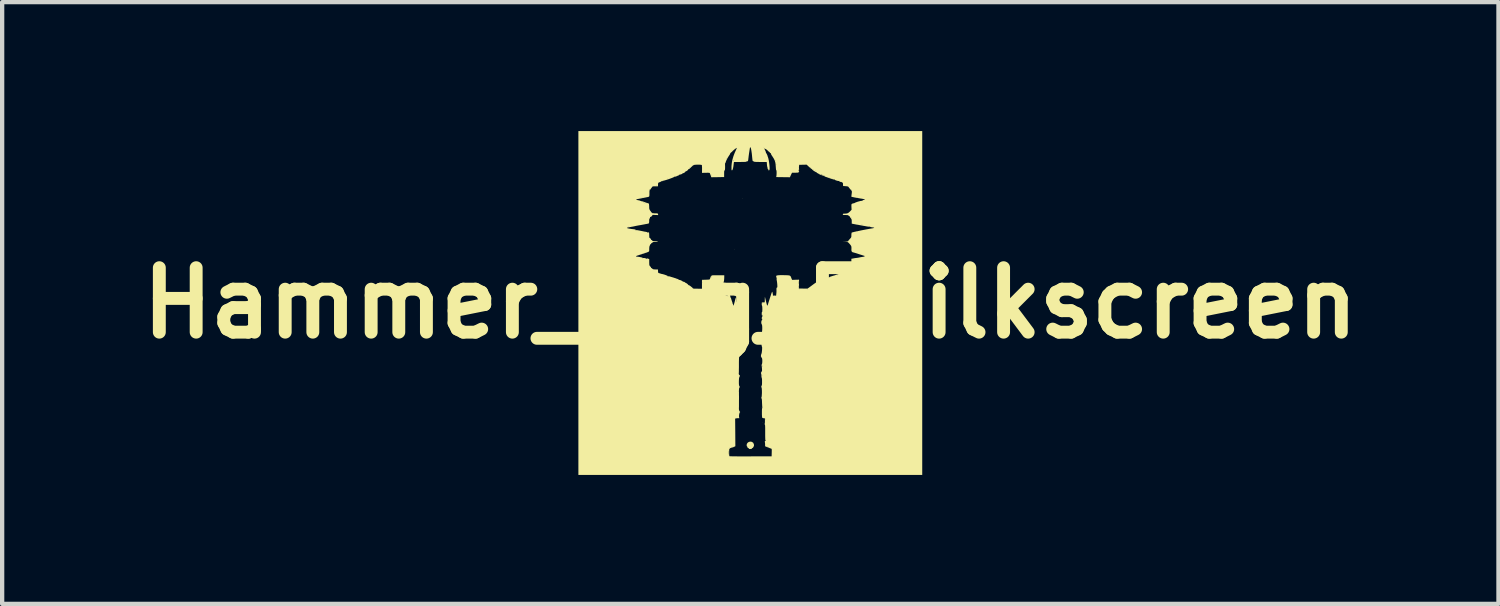
<source format=kicad_pcb>
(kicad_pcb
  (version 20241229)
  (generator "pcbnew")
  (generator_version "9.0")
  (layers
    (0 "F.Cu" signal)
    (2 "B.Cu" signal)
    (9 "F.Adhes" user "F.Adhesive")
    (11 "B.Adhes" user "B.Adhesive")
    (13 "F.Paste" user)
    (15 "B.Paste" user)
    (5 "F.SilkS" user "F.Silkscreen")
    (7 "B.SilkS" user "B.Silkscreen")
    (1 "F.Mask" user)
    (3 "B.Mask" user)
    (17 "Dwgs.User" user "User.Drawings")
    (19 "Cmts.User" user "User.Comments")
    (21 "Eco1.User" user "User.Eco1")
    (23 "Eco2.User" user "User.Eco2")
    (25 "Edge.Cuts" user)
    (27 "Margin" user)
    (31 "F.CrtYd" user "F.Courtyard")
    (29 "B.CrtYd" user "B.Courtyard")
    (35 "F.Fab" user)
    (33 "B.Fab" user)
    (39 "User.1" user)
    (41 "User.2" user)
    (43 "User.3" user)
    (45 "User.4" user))
  (footprint "Hammer_neg_FSilkscreen"
    (layer "F.Cu")
    (at 14.407 4)
    (property "Reference" "Hammer_neg_FSilkscreen" (at 0 0 0) (layer "F.SilkS") (effects (font (size 1.5 1.5) (thickness 0.3))))
    (attr board_only exclude_from_pos_files exclude_from_bom)
    (fp_poly (pts (xy -1.649 -0.543) (xy -1.652 -0.539) (xy -1.656 -0.543) (xy -1.652 -0.547)) (stroke (width 0) (type solid)) (fill yes) (layer "F.SilkS"))
    (fp_poly (pts (xy -0.367 -1.254) (xy -0.371 -1.25) (xy -0.375 -1.254) (xy -0.371 -1.258)) (stroke (width 0) (type solid)) (fill yes) (layer "F.SilkS"))
    (fp_poly (pts (xy -0.18 -2.426) (xy -0.184 -2.422) (xy -0.188 -2.426) (xy -0.184 -2.43)) (stroke (width 0) (type solid)) (fill yes) (layer "F.SilkS"))
    (fp_poly (pts (xy 0.273 2.426) (xy 0.27 2.43) (xy 0.266 2.426) (xy 0.27 2.422)) (stroke (width 0) (type solid)) (fill yes) (layer "F.SilkS"))
    (fp_poly (pts (xy 0.297 2.778) (xy 0.293 2.781) (xy 0.289 2.778) (xy 0.293 2.774)) (stroke (width 0) (type solid)) (fill yes) (layer "F.SilkS"))
    (fp_poly (pts (xy -0.331 -0.161) (xy -0.33 -0.152) (xy -0.331 -0.151) (xy -0.335 -0.152) (xy -0.336 -0.156) (xy -0.333 -0.163)) (stroke (width 0) (type solid)) (fill yes) (layer "F.SilkS"))
    (fp_poly (pts (xy 0.025 3.227) (xy 0.054 3.24) (xy 0.07 3.255) (xy 0.081 3.279) (xy 0.086 3.306) (xy 0.083 3.332) (xy 0.074 3.347) (xy 0.065 3.36) (xy 0.063 3.368) (xy 0.057 3.373) (xy 0.05 3.372) (xy 0.041 3.372) (xy 0.042 3.378) (xy 0.039 3.388) (xy 0.022 3.394) (xy -0.008 3.398) (xy -0.026 3.396) (xy -0.031 3.388) (xy -0.031 3.388) (xy -0.037 3.379) (xy -0.044 3.378) (xy -0.055 3.372) (xy -0.068 3.356) (xy -0.079 3.335) (xy -0.08 3.331) (xy -0.068 3.331) (xy -0.067 3.336) (xy -0.063 3.336) (xy -0.056 3.333) (xy -0.057 3.332) (xy 0.063 3.332) (xy 0.066 3.336) (xy 0.07 3.332) (xy 0.066 3.328) (xy 0.063 3.332) (xy -0.057 3.332) (xy -0.057 3.331) (xy -0.067 3.33) (xy -0.068 3.331) (xy -0.08 3.331) (xy -0.085 3.313) (xy -0.086 3.307) (xy -0.08 3.278) (xy 0.063 3.278) (xy 0.066 3.281) (xy 0.07 3.278) (xy 0.066 3.274) (xy 0.063 3.278) (xy -0.08 3.278) (xy -0.079 3.275) (xy -0.064 3.254) (xy 0.039 3.254) (xy 0.043 3.258) (xy 0.047 3.254) (xy 0.043 3.25) (xy 0.039 3.254) (xy -0.064 3.254) (xy -0.061 3.25) (xy -0.036 3.233) (xy -0.006 3.225)) (stroke (width 0) (type solid)) (fill yes) (layer "F.SilkS"))
    (fp_poly (pts (xy 4 0) (xy 4 4) (xy 0 4) (xy -4 4) (xy -4 3.481) (xy -0.505 3.481) (xy -0.505 3.509) (xy -0.504 3.526) (xy -0.503 3.53) (xy -0.502 3.522) (xy -0.501 3.491) (xy -0.501 3.456) (xy -0.502 3.444) (xy -0.503 3.434) (xy -0.504 3.438) (xy -0.505 3.456) (xy -0.505 3.481) (xy -4 3.481) (xy -4 3.34) (xy -0.406 3.34) (xy -0.402 3.344) (xy -0.398 3.34) (xy -0.402 3.336) (xy -0.406 3.34) (xy -4 3.34) (xy -4 2.067) (xy -0.281 2.067) (xy -0.277 2.07) (xy -0.273 2.067) (xy -0.277 2.063) (xy -0.281 2.067) (xy -4 2.067) (xy -4 0.793) (xy -0.281 0.793) (xy -0.277 0.797) (xy -0.273 0.793) (xy -0.277 0.789) (xy -0.281 0.793) (xy -4 0.793) (xy -4 0.582) (xy -0.281 0.582) (xy -0.277 0.586) (xy -0.273 0.582) (xy -0.277 0.578) (xy -0.281 0.582) (xy -4 0.582) (xy -4 0.309) (xy -0.266 0.309) (xy -0.262 0.313) (xy -0.258 0.309) (xy -0.262 0.305) (xy -0.266 0.309) (xy -4 0.309) (xy -4 0.018) (xy -0.427 0.018) (xy -0.426 0.023) (xy -0.422 0.023) (xy -0.415 0.021) (xy -0.417 0.018) (xy -0.426 0.017) (xy -0.427 0.018) (xy -4 0.018) (xy -4 0) (xy -4 -0.16) (xy -0.523 -0.16) (xy -0.52 -0.156) (xy -0.516 -0.16) (xy -0.52 -0.164) (xy -0.523 -0.16) (xy -4 -0.16) (xy -4 -0.168) (xy -0.602 -0.168) (xy -0.598 -0.164) (xy -0.594 -0.168) (xy -0.598 -0.172) (xy -0.602 -0.168) (xy -4 -0.168) (xy -4 -0.332) (xy -1.344 -0.332) (xy -1.34 -0.328) (xy -1.336 -0.332) (xy -1.34 -0.336) (xy -1.344 -0.332) (xy -4 -0.332) (xy -4 -0.559) (xy -1.727 -0.559) (xy -1.723 -0.555) (xy -1.719 -0.559) (xy -1.723 -0.563) (xy -1.727 -0.559) (xy -4 -0.559) (xy -4 -0.631) (xy -1.936 -0.631) (xy -1.934 -0.626) (xy -1.927 -0.618) (xy -1.922 -0.62) (xy -1.922 -0.621) (xy -1.928 -0.627) (xy -1.931 -0.63) (xy -1.936 -0.631) (xy -4 -0.631) (xy -4 -0.84) (xy -2.336 -0.84) (xy -2.332 -0.836) (xy -2.328 -0.84) (xy -2.332 -0.844) (xy -2.336 -0.84) (xy -4 -0.84) (xy -4 -1.137) (xy -2.57 -1.137) (xy -2.567 -1.133) (xy -2.563 -1.137) (xy -2.567 -1.141) (xy -2.57 -1.137) (xy -4 -1.137) (xy -4 -1.152) (xy -2.516 -1.152) (xy -2.512 -1.149) (xy -2.508 -1.152) (xy -2.512 -1.156) (xy -2.516 -1.152) (xy -4 -1.152) (xy -4 -1.184) (xy -2.453 -1.184) (xy -2.449 -1.18) (xy -2.445 -1.184) (xy -2.449 -1.188) (xy -2.453 -1.184) (xy -4 -1.184) (xy -4 -1.749) (xy -2.87 -1.749) (xy -2.868 -1.744) (xy -2.851 -1.738) (xy -2.819 -1.731) (xy -2.793 -1.727) (xy -2.762 -1.722) (xy -2.732 -1.719) (xy -2.716 -1.717) (xy -2.696 -1.715) (xy -2.684 -1.71) (xy -2.683 -1.709) (xy -2.674 -1.707) (xy -2.67 -1.708) (xy -2.665 -1.708) (xy -2.667 -1.7) (xy -2.669 -1.69) (xy -2.663 -1.693) (xy -2.662 -1.693) (xy -2.65 -1.696) (xy -2.625 -1.694) (xy -2.586 -1.687) (xy -2.567 -1.683) (xy -2.532 -1.676) (xy -2.503 -1.67) (xy -2.484 -1.666) (xy -2.477 -1.664) (xy -2.466 -1.661) (xy -2.461 -1.661) (xy -2.434 -1.657) (xy -2.41 -1.652) (xy -2.393 -1.646) (xy -2.387 -1.64) (xy -2.387 -1.64) (xy -2.386 -1.633) (xy -2.384 -1.633) (xy -2.375 -1.639) (xy -2.373 -1.642) (xy -2.366 -1.647) (xy -2.361 -1.646) (xy -2.356 -1.634) (xy -2.353 -1.609) (xy -2.352 -1.578) (xy -2.351 -1.549) (xy -2.349 -1.527) (xy -2.345 -1.516) (xy -2.344 -1.516) (xy -2.333 -1.51) (xy -2.321 -1.498) (xy -2.311 -1.485) (xy -2.309 -1.475) (xy -2.307 -1.47) (xy -2.303 -1.469) (xy -2.291 -1.463) (xy -2.281 -1.453) (xy -2.273 -1.445) (xy -2.261 -1.44) (xy -2.241 -1.438) (xy -2.209 -1.438) (xy -2.179 -1.437) (xy -2.158 -1.434) (xy -2.149 -1.43) (xy -2.149 -1.43) (xy -2.156 -1.426) (xy -2.175 -1.423) (xy -2.204 -1.422) (xy -2.206 -1.422) (xy -2.238 -1.421) (xy -2.258 -1.418) (xy -2.271 -1.412) (xy -2.277 -1.406) (xy -2.292 -1.395) (xy -2.302 -1.391) (xy -2.309 -1.385) (xy -2.308 -1.379) (xy -2.309 -1.37) (xy -2.32 -1.367) (xy -2.331 -1.364) (xy -2.332 -1.359) (xy -2.333 -1.348) (xy -2.34 -1.334) (xy -2.347 -1.316) (xy -2.351 -1.286) (xy -2.352 -1.256) (xy -2.352 -1.224) (xy -2.355 -1.205) (xy -2.359 -1.197) (xy -2.363 -1.195) (xy -2.374 -1.192) (xy -2.376 -1.189) (xy -2.385 -1.185) (xy -2.406 -1.176) (xy -2.438 -1.165) (xy -2.48 -1.151) (xy -2.529 -1.135) (xy -2.585 -1.117) (xy -2.639 -1.1) (xy -2.656 -1.092) (xy -2.659 -1.085) (xy -2.647 -1.079) (xy -2.632 -1.078) (xy -2.609 -1.076) (xy -2.581 -1.072) (xy -2.576 -1.071) (xy -2.549 -1.065) (xy -2.525 -1.06) (xy -2.521 -1.059) (xy -2.506 -1.053) (xy -2.505 -1.045) (xy -2.507 -1.039) (xy -2.501 -1.044) (xy -2.487 -1.048) (xy -2.466 -1.047) (xy -2.443 -1.042) (xy -2.424 -1.035) (xy -2.419 -1.031) (xy -2.406 -1.024) (xy -2.403 -1.024) (xy -2.401 -1.027) (xy -2.406 -1.031) (xy -2.413 -1.037) (xy -2.406 -1.039) (xy -2.39 -1.035) (xy -2.376 -1.031) (xy -2.352 -1.022) (xy -2.352 -0.949) (xy -2.351 -0.914) (xy -2.35 -0.891) (xy -2.347 -0.876) (xy -2.34 -0.865) (xy -2.33 -0.854) (xy -2.328 -0.852) (xy -2.313 -0.835) (xy -2.308 -0.822) (xy -2.309 -0.82) (xy -2.311 -0.814) (xy -2.307 -0.815) (xy -2.297 -0.813) (xy -2.283 -0.802) (xy -2.281 -0.801) (xy -2.27 -0.79) (xy -2.257 -0.785) (xy -2.237 -0.782) (xy -2.206 -0.781) (xy -2.206 -0.781) (xy -2.149 -0.781) (xy -2.147 -0.74) (xy -2.145 -0.715) (xy -2.14 -0.702) (xy -2.131 -0.697) (xy -2.129 -0.696) (xy -2.109 -0.691) (xy -2.094 -0.686) (xy -2.073 -0.679) (xy -2.059 -0.676) (xy -2.035 -0.671) (xy -2.006 -0.663) (xy -1.976 -0.653) (xy -1.948 -0.642) (xy -1.927 -0.633) (xy -1.915 -0.626) (xy -1.914 -0.624) (xy -1.909 -0.62) (xy -1.906 -0.621) (xy -1.895 -0.622) (xy -1.874 -0.618) (xy -1.859 -0.613) (xy -1.835 -0.605) (xy -1.816 -0.6) (xy -1.81 -0.598) (xy -1.795 -0.594) (xy -1.789 -0.592) (xy -1.776 -0.587) (xy -1.753 -0.58) (xy -1.725 -0.571) (xy -1.698 -0.561) (xy -1.676 -0.551) (xy -1.664 -0.543) (xy -1.653 -0.535) (xy -1.647 -0.536) (xy -1.637 -0.535) (xy -1.618 -0.529) (xy -1.598 -0.519) (xy -1.58 -0.509) (xy -1.571 -0.5) (xy -1.57 -0.499) (xy -1.564 -0.494) (xy -1.556 -0.496) (xy -1.54 -0.494) (xy -1.525 -0.484) (xy -1.512 -0.473) (xy -1.504 -0.469) (xy -1.493 -0.464) (xy -1.476 -0.454) (xy -1.46 -0.441) (xy -1.447 -0.428) (xy -1.443 -0.42) (xy -1.443 -0.42) (xy -1.443 -0.415) (xy -1.438 -0.417) (xy -1.428 -0.415) (xy -1.409 -0.404) (xy -1.382 -0.385) (xy -1.375 -0.379) (xy -1.321 -0.334) (xy -1.223 -0.333) (xy -1.125 -0.332) (xy -1.125 -0.436) (xy -1.125 -0.48) (xy -1.109 -0.48) (xy -1.106 -0.477) (xy -1.102 -0.48) (xy -1.106 -0.484) (xy -1.109 -0.48) (xy -1.125 -0.48) (xy -1.125 -0.52) (xy -1.109 -0.52) (xy -1.106 -0.516) (xy -1.102 -0.52) (xy -1.106 -0.523) (xy -1.109 -0.52) (xy -1.125 -0.52) (xy -1.125 -0.539) (xy -1.065 -0.541) (xy -1.033 -0.542) (xy -1.004 -0.543) (xy -0.986 -0.544) (xy -0.984 -0.544) (xy -0.964 -0.545) (xy -0.953 -0.546) (xy -0.943 -0.554) (xy -0.933 -0.577) (xy -0.93 -0.586) (xy -0.927 -0.598) (xy -0.914 -0.598) (xy -0.91 -0.594) (xy -0.906 -0.598) (xy -0.91 -0.602) (xy -0.914 -0.598) (xy -0.927 -0.598) (xy -0.923 -0.61) (xy -0.915 -0.622) (xy -0.904 -0.626) (xy -0.904 -0.626) (xy -0.894 -0.628) (xy -0.897 -0.63) (xy -0.906 -0.636) (xy -0.904 -0.64) (xy -0.889 -0.643) (xy -0.86 -0.645) (xy -0.816 -0.646) (xy -0.758 -0.646) (xy -0.756 -0.646) (xy -0.606 -0.645) (xy -0.606 -0.609) (xy -0.607 -0.571) (xy -0.61 -0.538) (xy -0.613 -0.514) (xy -0.616 -0.504) (xy -0.619 -0.492) (xy -0.621 -0.471) (xy -0.623 -0.449) (xy -0.624 -0.42) (xy -0.627 -0.393) (xy -0.629 -0.381) (xy -0.629 -0.365) (xy -0.622 -0.36) (xy -0.617 -0.359) (xy -0.61 -0.358) (xy -0.606 -0.354) (xy -0.603 -0.342) (xy -0.602 -0.322) (xy -0.602 -0.29) (xy -0.602 -0.27) (xy -0.602 -0.18) (xy -0.575 -0.175) (xy -0.544 -0.173) (xy -0.525 -0.18) (xy -0.516 -0.197) (xy -0.516 -0.206) (xy -0.513 -0.227) (xy -0.509 -0.241) (xy -0.498 -0.248) (xy -0.489 -0.242) (xy -0.484 -0.228) (xy -0.482 -0.213) (xy -0.475 -0.19) (xy -0.472 -0.18) (xy -0.466 -0.158) (xy -0.464 -0.14) (xy -0.464 -0.135) (xy -0.464 -0.128) (xy -0.461 -0.129) (xy -0.454 -0.126) (xy -0.449 -0.112) (xy -0.443 -0.09) (xy -0.434 -0.061) (xy -0.423 -0.029) (xy -0.412 0.003) (xy -0.402 0.031) (xy -0.394 0.05) (xy -0.39 0.058) (xy -0.384 0.058) (xy -0.383 0.049) (xy -0.38 0.028) (xy -0.376 0.014) (xy -0.371 -0.002) (xy -0.364 -0.028) (xy -0.356 -0.059) (xy -0.355 -0.064) (xy -0.348 -0.093) (xy -0.341 -0.114) (xy -0.336 -0.124) (xy -0.335 -0.125) (xy -0.331 -0.118) (xy -0.329 -0.099) (xy -0.328 -0.076) (xy -0.328 -0.049) (xy -0.325 -0.033) (xy -0.318 -0.023) (xy -0.305 -0.014) (xy -0.305 -0.014) (xy -0.289 -0.007) (xy -0.282 -0.008) (xy -0.281 -0.009) (xy -0.276 -0.013) (xy -0.273 -0.011) (xy -0.269 -0.001) (xy -0.267 0.025) (xy -0.266 0.066) (xy -0.267 0.097) (xy -0.267 0.146) (xy -0.266 0.18) (xy -0.264 0.202) (xy -0.26 0.213) (xy -0.255 0.226) (xy -0.253 0.248) (xy -0.253 0.274) (xy -0.255 0.299) (xy -0.259 0.315) (xy -0.261 0.318) (xy -0.265 0.33) (xy -0.266 0.352) (xy -0.265 0.379) (xy -0.263 0.404) (xy -0.258 0.423) (xy -0.255 0.429) (xy -0.249 0.441) (xy -0.248 0.456) (xy -0.253 0.467) (xy -0.257 0.469) (xy -0.259 0.476) (xy -0.261 0.496) (xy -0.263 0.525) (xy -0.264 0.556) (xy -0.266 0.593) (xy -0.268 0.625) (xy -0.271 0.648) (xy -0.274 0.657) (xy -0.276 0.67) (xy -0.271 0.674) (xy -0.266 0.684) (xy -0.263 0.709) (xy -0.263 0.75) (xy -0.265 0.806) (xy -0.268 0.848) (xy -0.271 0.894) (xy -0.269 0.929) (xy -0.264 0.951) (xy -0.259 0.974) (xy -0.257 1.001) (xy -0.26 1.038) (xy -0.261 1.055) (xy -0.264 1.097) (xy -0.264 1.128) (xy -0.26 1.153) (xy -0.259 1.159) (xy -0.248 1.198) (xy -0.244 1.225) (xy -0.246 1.241) (xy -0.253 1.247) (xy -0.256 1.25) (xy -0.259 1.258) (xy -0.262 1.271) (xy -0.263 1.293) (xy -0.264 1.324) (xy -0.265 1.367) (xy -0.265 1.424) (xy -0.265 1.443) (xy -0.265 1.496) (xy -0.266 1.544) (xy -0.266 1.584) (xy -0.267 1.615) (xy -0.268 1.634) (xy -0.269 1.639) (xy -0.269 1.65) (xy -0.264 1.664) (xy -0.256 1.675) (xy -0.25 1.676) (xy -0.246 1.678) (xy -0.245 1.69) (xy -0.247 1.707) (xy -0.252 1.722) (xy -0.257 1.729) (xy -0.26 1.74) (xy -0.263 1.762) (xy -0.265 1.792) (xy -0.266 1.826) (xy -0.266 1.86) (xy -0.265 1.89) (xy -0.262 1.913) (xy -0.259 1.925) (xy -0.259 1.925) (xy -0.249 1.939) (xy -0.248 1.958) (xy -0.254 1.972) (xy -0.26 1.983) (xy -0.263 2.004) (xy -0.265 2.037) (xy -0.264 2.06) (xy -0.264 2.099) (xy -0.264 2.138) (xy -0.263 2.17) (xy -0.263 2.18) (xy -0.263 2.202) (xy -0.263 2.234) (xy -0.264 2.275) (xy -0.264 2.319) (xy -0.264 2.363) (xy -0.264 2.405) (xy -0.265 2.44) (xy -0.265 2.464) (xy -0.265 2.473) (xy -0.261 2.493) (xy -0.252 2.516) (xy -0.24 2.532) (xy -0.238 2.533) (xy -0.235 2.538) (xy -0.239 2.539) (xy -0.246 2.546) (xy -0.253 2.565) (xy -0.259 2.59) (xy -0.262 2.617) (xy -0.263 2.641) (xy -0.262 2.649) (xy -0.256 2.68) (xy -0.286 2.68) (xy -0.312 2.681) (xy -0.333 2.685) (xy -0.335 2.685) (xy -0.353 2.69) (xy -0.35 3.011) (xy -0.348 3.332) (xy -0.382 3.349) (xy -0.405 3.359) (xy -0.42 3.362) (xy -0.429 3.357) (xy -0.437 3.352) (xy -0.436 3.359) (xy -0.435 3.362) (xy -0.433 3.373) (xy -0.441 3.372) (xy -0.451 3.373) (xy -0.453 3.376) (xy -0.458 3.38) (xy -0.466 3.374) (xy -0.476 3.368) (xy -0.476 3.373) (xy -0.474 3.377) (xy -0.474 3.389) (xy -0.481 3.391) (xy -0.486 3.393) (xy -0.489 3.403) (xy -0.491 3.422) (xy -0.492 3.453) (xy -0.492 3.476) (xy -0.492 3.518) (xy -0.49 3.546) (xy -0.486 3.561) (xy -0.482 3.565) (xy -0.473 3.566) (xy -0.449 3.566) (xy -0.413 3.567) (xy -0.365 3.567) (xy -0.307 3.568) (xy -0.24 3.568) (xy -0.165 3.568) (xy -0.085 3.568) (xy 0.001 3.568) (xy 0.012 3.568) (xy 0.496 3.567) (xy 0.498 3.479) (xy 0.499 3.441) (xy 0.499 3.416) (xy 0.497 3.401) (xy 0.494 3.393) (xy 0.488 3.389) (xy 0.483 3.387) (xy 0.467 3.382) (xy 0.442 3.372) (xy 0.412 3.36) (xy 0.404 3.357) (xy 0.4 3.356) (xy 0.43 3.356) (xy 0.434 3.36) (xy 0.438 3.356) (xy 0.434 3.352) (xy 0.43 3.356) (xy 0.4 3.356) (xy 0.361 3.34) (xy 0.398 3.34) (xy 0.402 3.344) (xy 0.406 3.34) (xy 0.402 3.336) (xy 0.398 3.34) (xy 0.361 3.34) (xy 0.344 3.333) (xy 0.344 3.297) (xy 0.343 3.268) (xy 0.34 3.242) (xy 0.339 3.236) (xy 0.337 3.218) (xy 0.342 3.212) (xy 0.347 3.211) (xy 0.358 3.207) (xy 0.359 3.203) (xy 0.354 3.196) (xy 0.352 3.196) (xy 0.35 3.188) (xy 0.348 3.166) (xy 0.347 3.132) (xy 0.346 3.086) (xy 0.346 3.03) (xy 0.346 3.017) (xy 0.346 2.957) (xy 0.346 2.91) (xy 0.345 2.876) (xy 0.344 2.852) (xy 0.341 2.836) (xy 0.338 2.827) (xy 0.337 2.826) (xy 0.331 2.816) (xy 0.333 2.813) (xy 0.336 2.805) (xy 0.339 2.786) (xy 0.34 2.759) (xy 0.34 2.748) (xy 0.34 2.698) (xy 0.354 2.698) (xy 0.355 2.703) (xy 0.359 2.703) (xy 0.366 2.7) (xy 0.365 2.698) (xy 0.355 2.697) (xy 0.354 2.698) (xy 0.34 2.698) (xy 0.34 2.684) (xy 0.313 2.681) (xy 0.293 2.677) (xy 0.279 2.67) (xy 0.278 2.67) (xy 0.274 2.657) (xy 0.272 2.631) (xy 0.27 2.592) (xy 0.27 2.55) (xy 0.27 2.511) (xy 0.271 2.48) (xy 0.273 2.458) (xy 0.275 2.448) (xy 0.276 2.448) (xy 0.279 2.446) (xy 0.279 2.432) (xy 0.278 2.414) (xy 0.276 2.386) (xy 0.274 2.349) (xy 0.272 2.31) (xy 0.272 2.299) (xy 0.27 2.257) (xy 0.266 2.23) (xy 0.26 2.218) (xy 0.254 2.208) (xy 0.259 2.197) (xy 0.263 2.185) (xy 0.266 2.162) (xy 0.268 2.131) (xy 0.27 2.095) (xy 0.27 2.057) (xy 0.269 2.023) (xy 0.267 1.993) (xy 0.264 1.973) (xy 0.261 1.966) (xy 0.256 1.957) (xy 0.256 1.941) (xy 0.261 1.925) (xy 0.267 1.918) (xy 0.27 1.908) (xy 0.272 1.887) (xy 0.273 1.858) (xy 0.273 1.826) (xy 0.273 1.793) (xy 0.271 1.766) (xy 0.268 1.746) (xy 0.265 1.738) (xy 0.261 1.728) (xy 0.259 1.708) (xy 0.259 1.697) (xy 0.259 1.692) (xy 0.273 1.692) (xy 0.277 1.695) (xy 0.281 1.692) (xy 0.277 1.688) (xy 0.273 1.692) (xy 0.259 1.692) (xy 0.258 1.671) (xy 0.254 1.65) (xy 0.252 1.645) (xy 0.248 1.627) (xy 0.25 1.621) (xy 0.266 1.621) (xy 0.27 1.625) (xy 0.273 1.621) (xy 0.27 1.617) (xy 0.266 1.621) (xy 0.25 1.621) (xy 0.252 1.609) (xy 0.26 1.596) (xy 0.266 1.594) (xy 0.271 1.589) (xy 0.273 1.573) (xy 0.272 1.544) (xy 0.271 1.523) (xy 0.268 1.491) (xy 0.267 1.477) (xy 0.273 1.477) (xy 0.276 1.483) (xy 0.279 1.482) (xy 0.28 1.473) (xy 0.279 1.471) (xy 0.274 1.473) (xy 0.273 1.477) (xy 0.267 1.477) (xy 0.265 1.465) (xy 0.263 1.449) (xy 0.273 1.449) (xy 0.277 1.453) (xy 0.281 1.449) (xy 0.277 1.445) (xy 0.273 1.449) (xy 0.263 1.449) (xy 0.263 1.449) (xy 0.262 1.446) (xy 0.263 1.435) (xy 0.268 1.428) (xy 0.273 1.416) (xy 0.277 1.393) (xy 0.279 1.364) (xy 0.279 1.334) (xy 0.277 1.307) (xy 0.273 1.287) (xy 0.268 1.278) (xy 0.259 1.268) (xy 0.258 1.262) (xy 0.254 1.251) (xy 0.251 1.25) (xy 0.247 1.243) (xy 0.247 1.227) (xy 0.251 1.206) (xy 0.256 1.186) (xy 0.261 1.176) (xy 0.265 1.162) (xy 0.268 1.139) (xy 0.272 1.11) (xy 0.274 1.08) (xy 0.275 1.053) (xy 0.275 1.032) (xy 0.273 1.022) (xy 0.272 1.022) (xy 0.269 1.013) (xy 0.264 0.994) (xy 0.262 0.977) (xy 0.259 0.953) (xy 0.26 0.941) (xy 0.265 0.939) (xy 0.267 0.939) (xy 0.272 0.938) (xy 0.275 0.929) (xy 0.277 0.909) (xy 0.277 0.876) (xy 0.277 0.872) (xy 0.276 0.84) (xy 0.276 0.814) (xy 0.275 0.798) (xy 0.274 0.795) (xy 0.272 0.788) (xy 0.269 0.779) (xy 0.266 0.762) (xy 0.263 0.74) (xy 0.26 0.709) (xy 0.265 0.692) (xy 0.265 0.692) (xy 0.271 0.677) (xy 0.275 0.652) (xy 0.277 0.619) (xy 0.278 0.584) (xy 0.277 0.551) (xy 0.275 0.524) (xy 0.27 0.506) (xy 0.27 0.505) (xy 0.255 0.47) (xy 0.256 0.432) (xy 0.265 0.405) (xy 0.277 0.382) (xy 0.281 0.371) (xy 0.278 0.369) (xy 0.273 0.371) (xy 0.268 0.368) (xy 0.266 0.353) (xy 0.266 0.352) (xy 0.268 0.335) (xy 0.273 0.328) (xy 0.273 0.328) (xy 0.278 0.321) (xy 0.28 0.304) (xy 0.28 0.295) (xy 0.28 0.276) (xy 0.278 0.271) (xy 0.274 0.279) (xy 0.273 0.281) (xy 0.27 0.29) (xy 0.268 0.285) (xy 0.267 0.267) (xy 0.266 0.26) (xy 0.266 0.231) (xy 0.268 0.215) (xy 0.271 0.209) (xy 0.275 0.209) (xy 0.277 0.202) (xy 0.279 0.184) (xy 0.28 0.156) (xy 0.28 0.137) (xy 0.279 0.105) (xy 0.277 0.08) (xy 0.274 0.065) (xy 0.272 0.063) (xy 0.269 0.055) (xy 0.266 0.038) (xy 0.266 0.023) (xy 0.267 0.004) (xy 0.281 0.004) (xy 0.285 0.008) (xy 0.289 0.004) (xy 0.285 0) (xy 0.281 0.004) (xy 0.267 0.004) (xy 0.267 0.001) (xy 0.269 -0.012) (xy 0.272 -0.015) (xy 0.283 -0.014) (xy 0.302 -0.015) (xy 0.307 -0.015) (xy 0.336 -0.016) (xy 0.337 -0.088) (xy 0.338 -0.117) (xy 0.339 -0.136) (xy 0.34 -0.143) (xy 0.341 -0.141) (xy 0.346 -0.119) (xy 0.353 -0.089) (xy 0.361 -0.055) (xy 0.37 -0.02) (xy 0.378 0.012) (xy 0.385 0.037) (xy 0.39 0.052) (xy 0.39 0.054) (xy 0.395 0.06) (xy 0.4 0.057) (xy 0.406 0.045) (xy 0.414 0.019) (xy 0.416 0.012) (xy 0.439 -0.062) (xy 0.458 -0.122) (xy 0.473 -0.168) (xy 0.508 -0.168) (xy 0.512 -0.164) (xy 0.516 -0.168) (xy 0.512 -0.172) (xy 0.508 -0.168) (xy 0.473 -0.168) (xy 0.474 -0.169) (xy 0.485 -0.205) (xy 0.494 -0.231) (xy 0.501 -0.248) (xy 0.505 -0.258) (xy 0.508 -0.262) (xy 0.513 -0.257) (xy 0.517 -0.241) (xy 0.52 -0.229) (xy 0.523 -0.206) (xy 0.528 -0.186) (xy 0.533 -0.171) (xy 0.537 -0.164) (xy 0.539 -0.168) (xy 0.546 -0.173) (xy 0.564 -0.174) (xy 0.569 -0.173) (xy 0.6 -0.17) (xy 0.605 -0.217) (xy 0.608 -0.248) (xy 0.609 -0.276) (xy 0.609 -0.29) (xy 0.608 -0.324) (xy 1.141 -0.324) (xy 1.145 -0.32) (xy 1.149 -0.324) (xy 1.336 -0.324) (xy 1.34 -0.32) (xy 1.344 -0.324) (xy 1.34 -0.328) (xy 1.336 -0.324) (xy 1.149 -0.324) (xy 1.145 -0.328) (xy 1.141 -0.324) (xy 0.608 -0.324) (xy 0.608 -0.326) (xy 0.61 -0.347) (xy 0.615 -0.358) (xy 0.62 -0.359) (xy 0.626 -0.362) (xy 0.629 -0.373) (xy 0.629 -0.379) (xy 1.117 -0.379) (xy 1.121 -0.375) (xy 1.125 -0.379) (xy 1.121 -0.383) (xy 1.117 -0.379) (xy 0.629 -0.379) (xy 0.629 -0.394) (xy 0.628 -0.424) (xy 0.625 -0.459) (xy 0.623 -0.477) (xy 1.12 -0.477) (xy 1.12 -0.453) (xy 1.121 -0.441) (xy 1.122 -0.443) (xy 1.123 -0.447) (xy 1.124 -0.477) (xy 1.123 -0.506) (xy 1.122 -0.513) (xy 1.12 -0.506) (xy 1.12 -0.486) (xy 1.12 -0.477) (xy 0.623 -0.477) (xy 0.621 -0.493) (xy 0.617 -0.518) (xy 0.616 -0.521) (xy 0.612 -0.545) (xy 0.612 -0.565) (xy 0.613 -0.569) (xy 0.614 -0.584) (xy 0.61 -0.59) (xy 0.604 -0.6) (xy 0.602 -0.617) (xy 0.604 -0.632) (xy 0.613 -0.639) (xy 0.631 -0.643) (xy 0.655 -0.646) (xy 0.689 -0.648) (xy 0.729 -0.648) (xy 0.773 -0.648) (xy 0.816 -0.647) (xy 0.855 -0.646) (xy 0.887 -0.644) (xy 0.908 -0.641) (xy 0.912 -0.64) (xy 0.935 -0.625) (xy 0.945 -0.607) (xy 0.954 -0.582) (xy 0.963 -0.56) (xy 0.973 -0.538) (xy 1.053 -0.541) (xy 1.134 -0.543) (xy 1.132 -0.44) (xy 1.129 -0.337) (xy 1.231 -0.336) (xy 1.332 -0.336) (xy 1.368 -0.361) (xy 1.391 -0.378) (xy 1.421 -0.4) (xy 1.453 -0.424) (xy 1.464 -0.432) (xy 1.493 -0.453) (xy 1.521 -0.472) (xy 1.542 -0.485) (xy 1.549 -0.488) (xy 1.564 -0.496) (xy 1.567 -0.5) (xy 1.567 -0.5) (xy 1.568 -0.503) (xy 1.58 -0.51) (xy 1.585 -0.512) (xy 1.603 -0.519) (xy 1.615 -0.52) (xy 1.615 -0.52) (xy 1.623 -0.522) (xy 1.631 -0.528) (xy 1.647 -0.537) (xy 1.658 -0.537) (xy 1.668 -0.536) (xy 1.668 -0.539) (xy 1.671 -0.546) (xy 1.684 -0.553) (xy 1.7 -0.559) (xy 1.714 -0.56) (xy 1.718 -0.559) (xy 1.727 -0.56) (xy 1.728 -0.563) (xy 1.737 -0.569) (xy 1.755 -0.577) (xy 1.78 -0.585) (xy 1.805 -0.592) (xy 1.826 -0.596) (xy 1.83 -0.596) (xy 1.839 -0.599) (xy 1.84 -0.602) (xy 1.845 -0.606) (xy 1.862 -0.613) (xy 1.887 -0.621) (xy 1.914 -0.63) (xy 1.942 -0.638) (xy 1.965 -0.644) (xy 1.966 -0.645) (xy 2.024 -0.645) (xy 2.027 -0.641) (xy 2.031 -0.645) (xy 2.027 -0.648) (xy 2.024 -0.645) (xy 1.966 -0.645) (xy 1.969 -0.645) (xy 1.979 -0.649) (xy 1.984 -0.651) (xy 2.003 -0.658) (xy 2.029 -0.666) (xy 2.06 -0.676) (xy 2.09 -0.685) (xy 2.115 -0.691) (xy 2.131 -0.695) (xy 2.134 -0.695) (xy 2.147 -0.701) (xy 2.154 -0.718) (xy 2.156 -0.748) (xy 2.156 -0.751) (xy 2.156 -0.781) (xy 2.218 -0.781) (xy 2.253 -0.782) (xy 2.275 -0.785) (xy 2.286 -0.791) (xy 2.287 -0.792) (xy 2.295 -0.804) (xy 2.311 -0.822) (xy 2.323 -0.836) (xy 2.353 -0.868) (xy 2.353 -0.871) (xy 2.367 -0.871) (xy 2.371 -0.867) (xy 2.375 -0.871) (xy 2.371 -0.875) (xy 2.367 -0.871) (xy 2.353 -0.871) (xy 2.352 -0.949) (xy 2.351 -1.029) (xy 2.4 -1.038) (xy 2.432 -1.044) (xy 2.463 -1.048) (xy 2.481 -1.05) (xy 2.509 -1.054) (xy 2.54 -1.06) (xy 2.547 -1.062) (xy 2.578 -1.068) (xy 2.612 -1.073) (xy 2.619 -1.074) (xy 2.643 -1.079) (xy 2.659 -1.086) (xy 2.663 -1.092) (xy 2.655 -1.097) (xy 2.644 -1.1) (xy 2.622 -1.107) (xy 2.589 -1.118) (xy 2.55 -1.13) (xy 2.516 -1.141) (xy 2.474 -1.155) (xy 2.437 -1.166) (xy 2.409 -1.174) (xy 2.391 -1.179) (xy 2.386 -1.179) (xy 2.38 -1.181) (xy 2.368 -1.191) (xy 2.368 -1.191) (xy 2.358 -1.201) (xy 2.354 -1.214) (xy 2.352 -1.234) (xy 2.353 -1.262) (xy 2.353 -1.291) (xy 2.351 -1.313) (xy 2.343 -1.333) (xy 2.329 -1.353) (xy 2.306 -1.38) (xy 2.296 -1.391) (xy 2.282 -1.406) (xy 2.269 -1.415) (xy 2.254 -1.42) (xy 2.231 -1.423) (xy 2.206 -1.424) (xy 2.145 -1.427) (xy 2.209 -1.428) (xy 2.239 -1.43) (xy 2.261 -1.433) (xy 2.273 -1.436) (xy 2.274 -1.437) (xy 2.279 -1.446) (xy 2.292 -1.463) (xy 2.31 -1.484) (xy 2.312 -1.486) (xy 2.332 -1.508) (xy 2.344 -1.524) (xy 2.35 -1.54) (xy 2.351 -1.562) (xy 2.351 -1.579) (xy 2.353 -1.611) (xy 2.357 -1.632) (xy 2.361 -1.639) (xy 2.373 -1.643) (xy 2.397 -1.649) (xy 2.432 -1.658) (xy 2.443 -1.66) (xy 2.492 -1.66) (xy 2.496 -1.656) (xy 2.5 -1.66) (xy 2.496 -1.664) (xy 2.492 -1.66) (xy 2.443 -1.66) (xy 2.476 -1.668) (xy 2.527 -1.678) (xy 2.582 -1.69) (xy 2.638 -1.701) (xy 2.695 -1.712) (xy 2.75 -1.722) (xy 2.8 -1.731) (xy 2.826 -1.735) (xy 2.854 -1.74) (xy 2.874 -1.745) (xy 2.883 -1.749) (xy 2.883 -1.75) (xy 2.876 -1.754) (xy 2.858 -1.758) (xy 2.838 -1.76) (xy 2.814 -1.764) (xy 2.796 -1.769) (xy 2.791 -1.772) (xy 2.783 -1.777) (xy 2.774 -1.776) (xy 2.76 -1.776) (xy 2.736 -1.778) (xy 2.705 -1.783) (xy 2.695 -1.785) (xy 2.658 -1.792) (xy 2.631 -1.796) (xy 2.61 -1.8) (xy 2.589 -1.804) (xy 2.567 -1.808) (xy 2.529 -1.815) (xy 2.522 -1.817) (xy 2.602 -1.817) (xy 2.606 -1.813) (xy 2.61 -1.817) (xy 2.606 -1.82) (xy 2.602 -1.817) (xy 2.522 -1.817) (xy 2.498 -1.821) (xy 2.479 -1.824) (xy 2.477 -1.824) (xy 2.578 -1.824) (xy 2.582 -1.82) (xy 2.586 -1.824) (xy 2.582 -1.828) (xy 2.578 -1.824) (xy 2.477 -1.824) (xy 2.459 -1.827) (xy 2.432 -1.833) (xy 2.408 -1.837) (xy 2.36 -1.847) (xy 2.36 -1.898) (xy 2.359 -1.928) (xy 2.355 -1.947) (xy 2.347 -1.962) (xy 2.338 -1.974) (xy 2.332 -1.981) (xy 2.344 -1.981) (xy 2.348 -1.977) (xy 2.352 -1.981) (xy 2.348 -1.984) (xy 2.344 -1.981) (xy 2.332 -1.981) (xy 2.325 -1.99) (xy 2.318 -2.003) (xy 2.318 -2.005) (xy 2.314 -2.014) (xy 2.301 -2.022) (xy 2.287 -2.031) (xy 2.281 -2.039) (xy 2.274 -2.043) (xy 2.253 -2.046) (xy 2.222 -2.047) (xy 2.217 -2.047) (xy 2.185 -2.047) (xy 2.166 -2.049) (xy 2.156 -2.052) (xy 2.152 -2.058) (xy 2.152 -2.063) (xy 2.157 -2.075) (xy 2.172 -2.079) (xy 2.215 -2.08) (xy 2.247 -2.084) (xy 2.271 -2.092) (xy 2.291 -2.105) (xy 2.312 -2.124) (xy 2.317 -2.128) (xy 2.356 -2.169) (xy 2.353 -2.236) (xy 2.352 -2.268) (xy 2.353 -2.288) (xy 2.356 -2.3) (xy 2.362 -2.306) (xy 2.371 -2.311) (xy 2.391 -2.318) (xy 2.405 -2.32) (xy 2.421 -2.324) (xy 2.426 -2.327) (xy 2.44 -2.335) (xy 2.465 -2.345) (xy 2.496 -2.356) (xy 2.529 -2.365) (xy 2.56 -2.373) (xy 2.583 -2.377) (xy 2.588 -2.377) (xy 2.605 -2.378) (xy 2.611 -2.382) (xy 2.61 -2.383) (xy 2.611 -2.388) (xy 2.625 -2.394) (xy 2.637 -2.398) (xy 2.658 -2.404) (xy 2.669 -2.409) (xy 2.67 -2.411) (xy 2.662 -2.413) (xy 2.64 -2.418) (xy 2.609 -2.424) (xy 2.571 -2.43) (xy 2.55 -2.434) (xy 2.506 -2.442) (xy 2.594 -2.442) (xy 2.598 -2.438) (xy 2.602 -2.442) (xy 2.598 -2.445) (xy 2.594 -2.442) (xy 2.506 -2.442) (xy 2.505 -2.442) (xy 2.463 -2.449) (xy 2.426 -2.456) (xy 2.421 -2.457) (xy 2.492 -2.457) (xy 2.496 -2.453) (xy 2.5 -2.457) (xy 2.496 -2.461) (xy 2.492 -2.457) (xy 2.421 -2.457) (xy 2.399 -2.462) (xy 2.393 -2.463) (xy 2.352 -2.472) (xy 2.353 -2.539) (xy 2.355 -2.606) (xy 2.36 -2.547) (xy 2.365 -2.488) (xy 2.366 -2.545) (xy 2.366 -2.577) (xy 2.363 -2.598) (xy 2.357 -2.612) (xy 2.354 -2.616) (xy 2.34 -2.631) (xy 2.328 -2.645) (xy 2.344 -2.645) (xy 2.348 -2.641) (xy 2.352 -2.645) (xy 2.348 -2.649) (xy 2.344 -2.645) (xy 2.328 -2.645) (xy 2.322 -2.652) (xy 2.304 -2.674) (xy 2.289 -2.694) (xy 2.28 -2.706) (xy 2.27 -2.711) (xy 2.249 -2.715) (xy 2.226 -2.718) (xy 2.199 -2.719) (xy 2.179 -2.722) (xy 2.171 -2.723) (xy 2.164 -2.721) (xy 2.162 -2.717) (xy 2.159 -2.719) (xy 2.158 -2.733) (xy 2.157 -2.753) (xy 2.156 -2.779) (xy 2.152 -2.794) (xy 2.146 -2.801) (xy 2.141 -2.803) (xy 2.128 -2.809) (xy 2.125 -2.814) (xy 2.12 -2.818) (xy 2.118 -2.817) (xy 2.107 -2.816) (xy 2.09 -2.82) (xy 2.075 -2.827) (xy 2.067 -2.835) (xy 2.068 -2.838) (xy 2.068 -2.843) (xy 2.063 -2.84) (xy 2.051 -2.839) (xy 2.032 -2.842) (xy 2.009 -2.848) (xy 1.987 -2.855) (xy 1.972 -2.863) (xy 1.966 -2.869) (xy 1.967 -2.87) (xy 1.965 -2.874) (xy 1.958 -2.873) (xy 1.945 -2.873) (xy 1.921 -2.879) (xy 1.888 -2.889) (xy 1.87 -2.895) (xy 1.899 -2.895) (xy 1.902 -2.891) (xy 1.906 -2.895) (xy 1.902 -2.899) (xy 1.899 -2.895) (xy 1.87 -2.895) (xy 1.849 -2.902) (xy 1.812 -2.915) (xy 1.803 -2.918) (xy 1.836 -2.918) (xy 1.84 -2.914) (xy 1.844 -2.918) (xy 1.84 -2.922) (xy 1.836 -2.918) (xy 1.803 -2.918) (xy 1.778 -2.927) (xy 1.752 -2.936) (xy 1.736 -2.941) (xy 1.735 -2.942) (xy 1.723 -2.947) (xy 1.726 -2.953) (xy 1.727 -2.954) (xy 1.729 -2.958) (xy 1.717 -2.96) (xy 1.714 -2.959) (xy 1.696 -2.962) (xy 1.668 -2.971) (xy 1.637 -2.982) (xy 1.618 -2.991) (xy 1.649 -2.991) (xy 1.655 -2.986) (xy 1.656 -2.985) (xy 1.668 -2.978) (xy 1.672 -2.98) (xy 1.672 -2.985) (xy 1.666 -2.991) (xy 1.658 -2.992) (xy 1.649 -2.991) (xy 1.618 -2.991) (xy 1.607 -2.995) (xy 1.584 -3.008) (xy 1.578 -3.012) (xy 1.572 -3.016) (xy 1.594 -3.016) (xy 1.597 -3.009) (xy 1.599 -3.011) (xy 1.6 -3.02) (xy 1.599 -3.021) (xy 1.594 -3.02) (xy 1.594 -3.016) (xy 1.572 -3.016) (xy 1.56 -3.023) (xy 1.552 -3.026) (xy 1.543 -3.034) (xy 1.543 -3.039) (xy 1.542 -3.044) (xy 1.538 -3.043) (xy 1.527 -3.045) (xy 1.509 -3.055) (xy 1.486 -3.069) (xy 1.478 -3.074) (xy 1.508 -3.074) (xy 1.512 -3.071) (xy 1.516 -3.074) (xy 1.512 -3.078) (xy 1.508 -3.074) (xy 1.478 -3.074) (xy 1.464 -3.084) (xy 1.447 -3.098) (xy 1.461 -3.098) (xy 1.465 -3.094) (xy 1.469 -3.098) (xy 1.465 -3.102) (xy 1.461 -3.098) (xy 1.447 -3.098) (xy 1.447 -3.098) (xy 1.438 -3.108) (xy 1.438 -3.11) (xy 1.431 -3.117) (xy 1.424 -3.121) (xy 1.412 -3.128) (xy 1.393 -3.143) (xy 1.387 -3.149) (xy 1.406 -3.149) (xy 1.409 -3.142) (xy 1.412 -3.143) (xy 1.412 -3.153) (xy 1.412 -3.154) (xy 1.407 -3.153) (xy 1.406 -3.149) (xy 1.387 -3.149) (xy 1.37 -3.164) (xy 1.361 -3.172) (xy 1.311 -3.219) (xy 1.224 -3.217) (xy 1.137 -3.215) (xy 1.132 -3.168) (xy 1.131 -3.139) (xy 1.134 -3.12) (xy 1.136 -3.116) (xy 1.139 -3.11) (xy 1.135 -3.11) (xy 1.128 -3.103) (xy 1.125 -3.088) (xy 1.127 -3.07) (xy 1.134 -3.057) (xy 1.134 -3.056) (xy 1.139 -3.049) (xy 1.13 -3.047) (xy 1.121 -3.044) (xy 1.121 -3.039) (xy 1.116 -3.035) (xy 1.097 -3.033) (xy 1.063 -3.032) (xy 1.048 -3.031) (xy 0.97 -3.031) (xy 0.945 -2.979) (xy 0.921 -2.926) (xy 0.761 -2.928) (xy 0.601 -2.93) (xy 0.606 -2.948) (xy 0.607 -2.957) (xy 0.914 -2.957) (xy 0.918 -2.953) (xy 0.922 -2.957) (xy 0.918 -2.961) (xy 0.914 -2.957) (xy 0.607 -2.957) (xy 0.609 -2.97) (xy 0.611 -2.999) (xy 0.612 -3.029) (xy 0.611 -3.057) (xy 0.609 -3.079) (xy 0.605 -3.089) (xy 0.604 -3.089) (xy 0.599 -3.099) (xy 0.596 -3.124) (xy 0.593 -3.163) (xy 0.592 -3.177) (xy 0.588 -3.231) (xy 0.609 -3.231) (xy 0.613 -3.227) (xy 0.617 -3.231) (xy 0.613 -3.235) (xy 0.609 -3.231) (xy 0.588 -3.231) (xy 0.588 -3.232) (xy 0.58 -3.278) (xy 0.567 -3.317) (xy 0.578 -3.317) (xy 0.582 -3.313) (xy 0.586 -3.317) (xy 0.582 -3.321) (xy 0.578 -3.317) (xy 0.567 -3.317) (xy 0.566 -3.321) (xy 0.544 -3.364) (xy 0.512 -3.414) (xy 0.51 -3.417) (xy 0.49 -3.447) (xy 0.48 -3.465) (xy 0.492 -3.465) (xy 0.496 -3.461) (xy 0.5 -3.465) (xy 0.496 -3.469) (xy 0.492 -3.465) (xy 0.48 -3.465) (xy 0.479 -3.467) (xy 0.475 -3.48) (xy 0.478 -3.486) (xy 0.478 -3.486) (xy 0.483 -3.491) (xy 0.475 -3.49) (xy 0.462 -3.491) (xy 0.451 -3.499) (xy 0.45 -3.509) (xy 0.451 -3.512) (xy 0.452 -3.515) (xy 0.449 -3.514) (xy 0.439 -3.516) (xy 0.423 -3.528) (xy 0.407 -3.544) (xy 0.388 -3.562) (xy 0.372 -3.574) (xy 0.365 -3.578) (xy 0.353 -3.583) (xy 0.342 -3.591) (xy 0.331 -3.598) (xy 0.328 -3.592) (xy 0.333 -3.577) (xy 0.335 -3.572) (xy 0.35 -3.542) (xy 0.36 -3.518) (xy 0.364 -3.503) (xy 0.363 -3.5) (xy 0.364 -3.492) (xy 0.366 -3.491) (xy 0.375 -3.481) (xy 0.387 -3.458) (xy 0.4 -3.427) (xy 0.412 -3.39) (xy 0.421 -3.359) (xy 0.43 -3.317) (xy 0.437 -3.271) (xy 0.443 -3.224) (xy 0.447 -3.18) (xy 0.449 -3.142) (xy 0.448 -3.113) (xy 0.445 -3.098) (xy 0.436 -3.085) (xy 0.427 -3.084) (xy 0.422 -3.095) (xy 0.422 -3.098) (xy 0.418 -3.108) (xy 0.416 -3.11) (xy 0.408 -3.117) (xy 0.4 -3.137) (xy 0.396 -3.156) (xy 0.406 -3.156) (xy 0.409 -3.15) (xy 0.411 -3.151) (xy 0.412 -3.161) (xy 0.411 -3.162) (xy 0.407 -3.161) (xy 0.406 -3.156) (xy 0.396 -3.156) (xy 0.394 -3.168) (xy 0.388 -3.207) (xy 0.387 -3.221) (xy 0.382 -3.281) (xy 0.234 -3.281) (xy 0.178 -3.282) (xy 0.135 -3.283) (xy 0.105 -3.285) (xy 0.088 -3.288) (xy 0.086 -3.289) (xy 0.079 -3.296) (xy 0.071 -3.297) (xy 0.063 -3.299) (xy 0.056 -3.306) (xy 0.051 -3.321) (xy 0.048 -3.345) (xy 0.044 -3.383) (xy 0.043 -3.395) (xy 0.042 -3.403) (xy 0.391 -3.403) (xy 0.395 -3.399) (xy 0.398 -3.403) (xy 0.395 -3.406) (xy 0.391 -3.403) (xy 0.042 -3.403) (xy 0.04 -3.427) (xy 0.037 -3.455) (xy 0.035 -3.474) (xy 0.035 -3.476) (xy 0.032 -3.496) (xy 0.028 -3.522) (xy 0.027 -3.531) (xy 0.02 -3.572) (xy 0.013 -3.602) (xy 0.008 -3.614) (xy 0.313 -3.614) (xy 0.316 -3.61) (xy 0.32 -3.614) (xy 0.316 -3.617) (xy 0.313 -3.614) (xy 0.008 -3.614) (xy 0.005 -3.62) (xy -0.002 -3.624) (xy -0.008 -3.614) (xy -0.011 -3.6) (xy -0.016 -3.568) (xy -0.022 -3.529) (xy -0.029 -3.485) (xy -0.035 -3.442) (xy -0.04 -3.404) (xy -0.043 -3.376) (xy -0.044 -3.371) (xy -0.048 -3.334) (xy -0.053 -3.311) (xy -0.057 -3.3) (xy -0.061 -3.298) (xy -0.078 -3.298) (xy -0.089 -3.294) (xy -0.09 -3.289) (xy -0.095 -3.286) (xy -0.116 -3.284) (xy -0.152 -3.282) (xy -0.202 -3.282) (xy -0.233 -3.281) (xy -0.381 -3.281) (xy -0.387 -3.233) (xy -0.394 -3.176) (xy -0.403 -3.132) (xy -0.412 -3.103) (xy -0.422 -3.088) (xy -0.427 -3.086) (xy -0.432 -3.088) (xy -0.436 -3.095) (xy -0.438 -3.111) (xy -0.438 -3.136) (xy -0.438 -3.174) (xy -0.438 -3.184) (xy -0.431 -3.257) (xy -0.42 -3.317) (xy -0.398 -3.317) (xy -0.396 -3.307) (xy -0.394 -3.307) (xy -0.392 -3.317) (xy -0.393 -3.322) (xy -0.397 -3.325) (xy -0.398 -3.317) (xy -0.42 -3.317) (xy -0.416 -3.336) (xy -0.392 -3.418) (xy -0.362 -3.497) (xy -0.355 -3.512) (xy -0.337 -3.552) (xy -0.325 -3.579) (xy -0.318 -3.597) (xy -0.316 -3.606) (xy -0.318 -3.609) (xy -0.319 -3.61) (xy -0.329 -3.604) (xy -0.34 -3.594) (xy -0.353 -3.582) (xy -0.361 -3.578) (xy -0.37 -3.573) (xy -0.386 -3.559) (xy -0.407 -3.539) (xy -0.413 -3.533) (xy -0.434 -3.513) (xy -0.452 -3.498) (xy -0.462 -3.491) (xy -0.464 -3.491) (xy -0.467 -3.488) (xy -0.465 -3.485) (xy -0.467 -3.475) (xy -0.476 -3.457) (xy -0.488 -3.439) (xy -0.508 -3.409) (xy -0.528 -3.376) (xy -0.546 -3.342) (xy -0.56 -3.312) (xy -0.569 -3.29) (xy -0.57 -3.281) (xy -0.575 -3.266) (xy -0.58 -3.262) (xy -0.585 -3.254) (xy -0.588 -3.235) (xy -0.588 -3.203) (xy -0.587 -3.194) (xy -0.587 -3.152) (xy -0.588 -3.117) (xy -0.592 -3.094) (xy -0.598 -3.082) (xy -0.602 -3.082) (xy -0.605 -3.077) (xy -0.608 -3.059) (xy -0.609 -3.028) (xy -0.609 -3.009) (xy -0.609 -2.931) (xy -0.758 -2.928) (xy -0.907 -2.926) (xy -0.922 -2.969) (xy -0.925 -2.977) (xy -0.914 -2.977) (xy -0.911 -2.97) (xy -0.909 -2.972) (xy -0.908 -2.981) (xy -0.909 -2.982) (xy -0.914 -2.981) (xy -0.914 -2.977) (xy -0.925 -2.977) (xy -0.932 -2.994) (xy -0.939 -3.014) (xy -0.942 -3.022) (xy -0.947 -3.027) (xy -0.961 -3.029) (xy -0.986 -3.031) (xy -1.024 -3.03) (xy -1.034 -3.03) (xy -1.124 -3.028) (xy -1.123 -3.114) (xy -1.123 -3.15) (xy -1.125 -3.18) (xy -1.126 -3.202) (xy -1.128 -3.21) (xy -1.138 -3.214) (xy -1.16 -3.217) (xy -1.189 -3.219) (xy -1.223 -3.219) (xy -1.256 -3.218) (xy -1.285 -3.216) (xy -1.306 -3.213) (xy -1.314 -3.211) (xy -1.33 -3.2) (xy -1.35 -3.185) (xy -1.374 -3.163) (xy -1.395 -3.142) (xy -1.414 -3.125) (xy -1.43 -3.115) (xy -1.437 -3.113) (xy -1.445 -3.112) (xy -1.445 -3.108) (xy -1.451 -3.096) (xy -1.465 -3.082) (xy -1.482 -3.07) (xy -1.495 -3.066) (xy -1.498 -3.066) (xy -1.506 -3.066) (xy -1.506 -3.063) (xy -1.51 -3.053) (xy -1.524 -3.04) (xy -1.543 -3.027) (xy -1.563 -3.02) (xy -1.563 -3.02) (xy -1.579 -3.014) (xy -1.586 -3.007) (xy -1.592 -3) (xy -1.593 -3) (xy -1.605 -2.997) (xy -1.623 -2.991) (xy -1.642 -2.985) (xy -1.655 -2.984) (xy -1.662 -2.981) (xy -1.661 -2.977) (xy -1.662 -2.97) (xy -1.667 -2.969) (xy -1.681 -2.965) (xy -1.702 -2.956) (xy -1.708 -2.953) (xy -1.73 -2.943) (xy -1.748 -2.94) (xy -1.751 -2.94) (xy -1.763 -2.941) (xy -1.766 -2.938) (xy -1.773 -2.932) (xy -1.792 -2.923) (xy -1.82 -2.911) (xy -1.855 -2.898) (xy -1.893 -2.884) (xy -1.931 -2.871) (xy -1.968 -2.86) (xy -1.999 -2.851) (xy -2.022 -2.845) (xy -2.031 -2.844) (xy -2.044 -2.84) (xy -2.047 -2.836) (xy -2.053 -2.831) (xy -2.065 -2.833) (xy -2.076 -2.834) (xy -2.076 -2.831) (xy -2.079 -2.825) (xy -2.093 -2.817) (xy -2.107 -2.812) (xy -2.127 -2.805) (xy -2.139 -2.797) (xy -2.145 -2.785) (xy -2.147 -2.764) (xy -2.148 -2.742) (xy -2.149 -2.715) (xy -2.212 -2.715) (xy -2.245 -2.715) (xy -2.265 -2.713) (xy -2.277 -2.708) (xy -2.284 -2.701) (xy -2.284 -2.7) (xy -2.296 -2.682) (xy -2.303 -2.674) (xy -2.315 -2.658) (xy -2.321 -2.647) (xy -2.329 -2.636) (xy -2.336 -2.639) (xy -2.338 -2.642) (xy -2.343 -2.648) (xy -2.341 -2.64) (xy -2.341 -2.639) (xy -2.34 -2.626) (xy -2.343 -2.622) (xy -2.345 -2.613) (xy -2.347 -2.593) (xy -2.347 -2.569) (xy -2.347 -2.538) (xy -2.348 -2.511) (xy -2.349 -2.496) (xy -2.352 -2.483) (xy -2.359 -2.474) (xy -2.372 -2.469) (xy -2.397 -2.463) (xy -2.405 -2.462) (xy -2.438 -2.455) (xy -2.479 -2.447) (xy -2.519 -2.439) (xy -2.527 -2.437) (xy -2.563 -2.43) (xy -2.596 -2.424) (xy -2.621 -2.419) (xy -2.627 -2.418) (xy -2.649 -2.413) (xy -2.655 -2.407) (xy -2.646 -2.4) (xy -2.623 -2.395) (xy -2.594 -2.389) (xy -2.577 -2.385) (xy -2.569 -2.382) (xy -2.565 -2.378) (xy -2.564 -2.375) (xy -2.559 -2.371) (xy -2.554 -2.376) (xy -2.548 -2.382) (xy -2.547 -2.377) (xy -2.54 -2.37) (xy -2.527 -2.367) (xy -2.505 -2.364) (xy -2.482 -2.356) (xy -2.459 -2.347) (xy -2.43 -2.337) (xy -2.4 -2.327) (xy -2.376 -2.32) (xy -2.367 -2.317) (xy -2.361 -2.313) (xy -2.357 -2.3) (xy -2.355 -2.276) (xy -2.353 -2.246) (xy -2.352 -2.209) (xy -2.349 -2.186) (xy -2.343 -2.172) (xy -2.338 -2.166) (xy -2.33 -2.158) (xy -2.335 -2.156) (xy -2.337 -2.156) (xy -2.339 -2.153) (xy -2.33 -2.148) (xy -2.318 -2.14) (xy -2.316 -2.133) (xy -2.314 -2.124) (xy -2.305 -2.116) (xy -2.293 -2.104) (xy -2.289 -2.096) (xy -2.284 -2.087) (xy -2.281 -2.086) (xy -2.277 -2.091) (xy -2.278 -2.096) (xy -2.281 -2.102) (xy -2.274 -2.096) (xy -2.273 -2.096) (xy -2.259 -2.09) (xy -2.233 -2.087) (xy -2.207 -2.086) (xy -2.177 -2.086) (xy -2.16 -2.084) (xy -2.152 -2.08) (xy -2.148 -2.071) (xy -2.147 -2.066) (xy -2.143 -2.046) (xy -2.207 -2.048) (xy -2.271 -2.051) (xy -2.29 -2.025) (xy -2.308 -2.007) (xy -2.323 -2.003) (xy -2.333 -2.003) (xy -2.333 -1.995) (xy -2.334 -1.98) (xy -2.341 -1.967) (xy -2.352 -1.945) (xy -2.353 -1.921) (xy -2.353 -1.884) (xy -2.359 -1.859) (xy -2.37 -1.847) (xy -2.373 -1.847) (xy -2.387 -1.845) (xy -2.412 -1.84) (xy -2.441 -1.835) (xy -2.445 -1.834) (xy -2.481 -1.827) (xy -2.524 -1.819) (xy -2.567 -1.811) (xy -2.582 -1.809) (xy -2.618 -1.802) (xy -2.651 -1.796) (xy -2.675 -1.791) (xy -2.684 -1.789) (xy -2.702 -1.785) (xy -2.73 -1.779) (xy -2.765 -1.773) (xy -2.785 -1.769) (xy -2.829 -1.761) (xy -2.857 -1.755) (xy -2.87 -1.749) (xy -4 -1.749) (xy -4 -1.777) (xy -2.836 -1.777) (xy -2.832 -1.774) (xy -2.828 -1.777) (xy -2.832 -1.781) (xy -2.836 -1.777) (xy -4 -1.777) (xy -4 -1.973) (xy -2.36 -1.973) (xy -2.356 -1.969) (xy -2.352 -1.973) (xy -2.356 -1.977) (xy -2.36 -1.973) (xy -4 -1.973) (xy -4 -2.324) (xy -2.461 -2.324) (xy -2.457 -2.32) (xy -2.453 -2.324) (xy -2.43 -2.324) (xy -2.426 -2.32) (xy -2.422 -2.324) (xy -2.426 -2.328) (xy -2.43 -2.324) (xy -2.453 -2.324) (xy -2.457 -2.328) (xy -2.461 -2.324) (xy -4 -2.324) (xy -4 -2.349) (xy -2.498 -2.349) (xy -2.496 -2.344) (xy -2.492 -2.344) (xy -2.486 -2.347) (xy -2.487 -2.349) (xy -2.496 -2.35) (xy -2.498 -2.349) (xy -4 -2.349) (xy -4 -2.379) (xy -2.617 -2.379) (xy -2.613 -2.375) (xy -2.61 -2.379) (xy -2.613 -2.383) (xy -2.617 -2.379) (xy -4 -2.379) (xy -4 -2.449) (xy -2.547 -2.449) (xy -2.543 -2.445) (xy -2.539 -2.449) (xy -2.543 -2.453) (xy -2.547 -2.449) (xy -4 -2.449) (xy -4 -2.457) (xy -2.516 -2.457) (xy -2.512 -2.453) (xy -2.508 -2.457) (xy -2.512 -2.461) (xy -2.516 -2.457) (xy -4 -2.457) (xy -4 -2.731) (xy -2.18 -2.731) (xy -2.176 -2.727) (xy -2.172 -2.731) (xy -2.176 -2.735) (xy -2.18 -2.731) (xy -4 -2.731) (xy -4 -2.887) (xy -1.938 -2.887) (xy -1.934 -2.883) (xy -1.93 -2.887) (xy -1.934 -2.891) (xy -1.938 -2.887) (xy -4 -2.887) (xy -4 -3.145) (xy -1.422 -3.145) (xy -1.418 -3.141) (xy -1.414 -3.145) (xy -1.418 -3.149) (xy -1.422 -3.145) (xy -4 -3.145) (xy -4 -3.207) (xy -1.352 -3.207) (xy -1.348 -3.203) (xy -1.344 -3.207) (xy -1.348 -3.211) (xy -1.352 -3.207) (xy -4 -3.207) (xy -4 -3.356) (xy -0.563 -3.356) (xy -0.559 -3.352) (xy -0.555 -3.356) (xy -0.559 -3.36) (xy -0.563 -3.356) (xy -4 -3.356) (xy -4 -3.543) (xy -0.43 -3.543) (xy -0.426 -3.539) (xy -0.422 -3.543) (xy -0.426 -3.547) (xy -0.43 -3.543) (xy -4 -3.543) (xy -4 -3.598) (xy -0.359 -3.598) (xy -0.355 -3.594) (xy -0.352 -3.598) (xy -0.355 -3.602) (xy -0.359 -3.598) (xy -4 -3.598) (xy -4 -4) (xy 0 -4) (xy 4 -4)) (stroke (width 0) (type solid)) (fill yes) (layer "F.SilkS")))
  (gr_rect
    (start -3 -3)
    (end 31.814 11)
    (stroke (width 0.1) (type default))
    (fill no)
    (layer "Edge.Cuts")))
</source>
